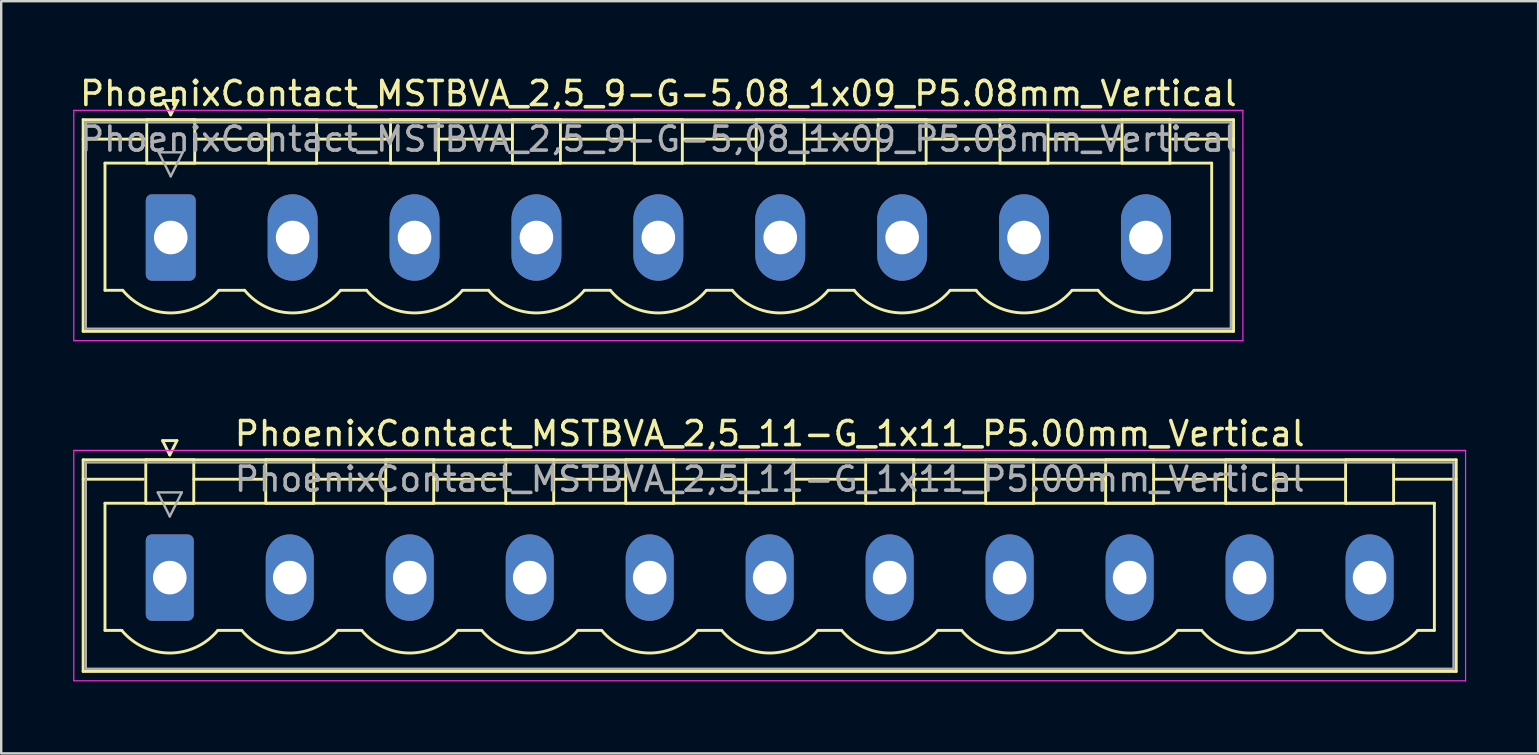
<source format=kicad_pcb>
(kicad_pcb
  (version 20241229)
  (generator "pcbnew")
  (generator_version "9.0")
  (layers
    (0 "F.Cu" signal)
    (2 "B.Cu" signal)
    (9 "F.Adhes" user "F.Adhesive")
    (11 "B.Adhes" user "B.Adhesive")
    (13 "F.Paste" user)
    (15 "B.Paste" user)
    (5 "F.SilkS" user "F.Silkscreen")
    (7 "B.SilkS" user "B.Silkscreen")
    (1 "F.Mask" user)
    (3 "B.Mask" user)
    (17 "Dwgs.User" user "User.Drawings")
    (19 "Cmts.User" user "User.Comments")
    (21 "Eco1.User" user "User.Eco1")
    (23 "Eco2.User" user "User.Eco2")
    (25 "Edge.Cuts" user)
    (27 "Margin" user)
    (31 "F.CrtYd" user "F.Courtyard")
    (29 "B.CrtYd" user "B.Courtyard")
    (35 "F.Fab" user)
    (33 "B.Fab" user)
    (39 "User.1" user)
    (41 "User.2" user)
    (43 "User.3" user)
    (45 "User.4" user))
  (footprint "PhoenixContact_MSTBVA_2,5_11-G_1x11_P5.00mm_Vertical"
    (layer "F.Cu")
    (at 4.025 21.021)
    (property "Reference" "PhoenixContact_MSTBVA_2,5_11-G_1x11_P5.00mm_Vertical" (at 25 -6 0) (layer "F.SilkS") (effects (font (size 1 1) (thickness 0.15))))
    (attr through_hole)
    (fp_line (start -3.61 -4.91) (end -3.61 3.91) (stroke (width 0.12) (type solid)) (layer "F.SilkS"))
    (fp_line (start -3.61 -4.1) (end -1.11 -4.1) (stroke (width 0.12) (type solid)) (layer "F.SilkS"))
    (fp_line (start -3.61 3.91) (end 53.61 3.91) (stroke (width 0.12) (type solid)) (layer "F.SilkS"))
    (fp_line (start -2.7 -3.1) (end 52.7 -3.1) (stroke (width 0.12) (type solid)) (layer "F.SilkS"))
    (fp_line (start -2.7 2.2) (end -2.7 -3.1) (stroke (width 0.12) (type solid)) (layer "F.SilkS"))
    (fp_line (start -2 2.2) (end -2.7 2.2) (stroke (width 0.12) (type solid)) (layer "F.SilkS"))
    (fp_line (start -1 -4.91) (end 1 -4.91) (stroke (width 0.12) (type solid)) (layer "F.SilkS"))
    (fp_line (start -1 -3.1) (end -1 -4.91) (stroke (width 0.12) (type solid)) (layer "F.SilkS"))
    (fp_line (start -0.3 -5.71) (end 0.3 -5.71) (stroke (width 0.12) (type solid)) (layer "F.SilkS"))
    (fp_line (start 0 -5.11) (end -0.3 -5.71) (stroke (width 0.12) (type solid)) (layer "F.SilkS"))
    (fp_line (start 0.3 -5.71) (end 0 -5.11) (stroke (width 0.12) (type solid)) (layer "F.SilkS"))
    (fp_line (start 1 -4.91) (end 1 -3.1) (stroke (width 0.12) (type solid)) (layer "F.SilkS"))
    (fp_line (start 1 -4.1) (end 4 -4.1) (stroke (width 0.12) (type solid)) (layer "F.SilkS"))
    (fp_line (start 1 -3.1) (end -1 -3.1) (stroke (width 0.12) (type solid)) (layer "F.SilkS"))
    (fp_line (start 2 2.2) (end 3 2.2) (stroke (width 0.12) (type solid)) (layer "F.SilkS"))
    (fp_line (start 4 -4.91) (end 6 -4.91) (stroke (width 0.12) (type solid)) (layer "F.SilkS"))
    (fp_line (start 4 -3.1) (end 4 -4.91) (stroke (width 0.12) (type solid)) (layer "F.SilkS"))
    (fp_line (start 6 -4.91) (end 6 -3.1) (stroke (width 0.12) (type solid)) (layer "F.SilkS"))
    (fp_line (start 6 -4.1) (end 9 -4.1) (stroke (width 0.12) (type solid)) (layer "F.SilkS"))
    (fp_line (start 6 -3.1) (end 4 -3.1) (stroke (width 0.12) (type solid)) (layer "F.SilkS"))
    (fp_line (start 7 2.2) (end 8 2.2) (stroke (width 0.12) (type solid)) (layer "F.SilkS"))
    (fp_line (start 9 -4.91) (end 11 -4.91) (stroke (width 0.12) (type solid)) (layer "F.SilkS"))
    (fp_line (start 9 -3.1) (end 9 -4.91) (stroke (width 0.12) (type solid)) (layer "F.SilkS"))
    (fp_line (start 11 -4.91) (end 11 -3.1) (stroke (width 0.12) (type solid)) (layer "F.SilkS"))
    (fp_line (start 11 -4.1) (end 14 -4.1) (stroke (width 0.12) (type solid)) (layer "F.SilkS"))
    (fp_line (start 11 -3.1) (end 9 -3.1) (stroke (width 0.12) (type solid)) (layer "F.SilkS"))
    (fp_line (start 12 2.2) (end 13 2.2) (stroke (width 0.12) (type solid)) (layer "F.SilkS"))
    (fp_line (start 14 -4.91) (end 16 -4.91) (stroke (width 0.12) (type solid)) (layer "F.SilkS"))
    (fp_line (start 14 -3.1) (end 14 -4.91) (stroke (width 0.12) (type solid)) (layer "F.SilkS"))
    (fp_line (start 16 -4.91) (end 16 -3.1) (stroke (width 0.12) (type solid)) (layer "F.SilkS"))
    (fp_line (start 16 -4.1) (end 19 -4.1) (stroke (width 0.12) (type solid)) (layer "F.SilkS"))
    (fp_line (start 16 -3.1) (end 14 -3.1) (stroke (width 0.12) (type solid)) (layer "F.SilkS"))
    (fp_line (start 17 2.2) (end 18 2.2) (stroke (width 0.12) (type solid)) (layer "F.SilkS"))
    (fp_line (start 19 -4.91) (end 21 -4.91) (stroke (width 0.12) (type solid)) (layer "F.SilkS"))
    (fp_line (start 19 -3.1) (end 19 -4.91) (stroke (width 0.12) (type solid)) (layer "F.SilkS"))
    (fp_line (start 21 -4.91) (end 21 -3.1) (stroke (width 0.12) (type solid)) (layer "F.SilkS"))
    (fp_line (start 21 -4.1) (end 24 -4.1) (stroke (width 0.12) (type solid)) (layer "F.SilkS"))
    (fp_line (start 21 -3.1) (end 19 -3.1) (stroke (width 0.12) (type solid)) (layer "F.SilkS"))
    (fp_line (start 22 2.2) (end 23 2.2) (stroke (width 0.12) (type solid)) (layer "F.SilkS"))
    (fp_line (start 24 -4.91) (end 26 -4.91) (stroke (width 0.12) (type solid)) (layer "F.SilkS"))
    (fp_line (start 24 -3.1) (end 24 -4.91) (stroke (width 0.12) (type solid)) (layer "F.SilkS"))
    (fp_line (start 26 -4.91) (end 26 -3.1) (stroke (width 0.12) (type solid)) (layer "F.SilkS"))
    (fp_line (start 26 -4.1) (end 29 -4.1) (stroke (width 0.12) (type solid)) (layer "F.SilkS"))
    (fp_line (start 26 -3.1) (end 24 -3.1) (stroke (width 0.12) (type solid)) (layer "F.SilkS"))
    (fp_line (start 27 2.2) (end 28 2.2) (stroke (width 0.12) (type solid)) (layer "F.SilkS"))
    (fp_line (start 29 -4.91) (end 31 -4.91) (stroke (width 0.12) (type solid)) (layer "F.SilkS"))
    (fp_line (start 29 -3.1) (end 29 -4.91) (stroke (width 0.12) (type solid)) (layer "F.SilkS"))
    (fp_line (start 31 -4.91) (end 31 -3.1) (stroke (width 0.12) (type solid)) (layer "F.SilkS"))
    (fp_line (start 31 -4.1) (end 34 -4.1) (stroke (width 0.12) (type solid)) (layer "F.SilkS"))
    (fp_line (start 31 -3.1) (end 29 -3.1) (stroke (width 0.12) (type solid)) (layer "F.SilkS"))
    (fp_line (start 32 2.2) (end 33 2.2) (stroke (width 0.12) (type solid)) (layer "F.SilkS"))
    (fp_line (start 34 -4.91) (end 36 -4.91) (stroke (width 0.12) (type solid)) (layer "F.SilkS"))
    (fp_line (start 34 -3.1) (end 34 -4.91) (stroke (width 0.12) (type solid)) (layer "F.SilkS"))
    (fp_line (start 36 -4.91) (end 36 -3.1) (stroke (width 0.12) (type solid)) (layer "F.SilkS"))
    (fp_line (start 36 -4.1) (end 39 -4.1) (stroke (width 0.12) (type solid)) (layer "F.SilkS"))
    (fp_line (start 36 -3.1) (end 34 -3.1) (stroke (width 0.12) (type solid)) (layer "F.SilkS"))
    (fp_line (start 37 2.2) (end 38 2.2) (stroke (width 0.12) (type solid)) (layer "F.SilkS"))
    (fp_line (start 39 -4.91) (end 41 -4.91) (stroke (width 0.12) (type solid)) (layer "F.SilkS"))
    (fp_line (start 39 -3.1) (end 39 -4.91) (stroke (width 0.12) (type solid)) (layer "F.SilkS"))
    (fp_line (start 41 -4.91) (end 41 -3.1) (stroke (width 0.12) (type solid)) (layer "F.SilkS"))
    (fp_line (start 41 -4.1) (end 44 -4.1) (stroke (width 0.12) (type solid)) (layer "F.SilkS"))
    (fp_line (start 41 -3.1) (end 39 -3.1) (stroke (width 0.12) (type solid)) (layer "F.SilkS"))
    (fp_line (start 42 2.2) (end 43 2.2) (stroke (width 0.12) (type solid)) (layer "F.SilkS"))
    (fp_line (start 44 -4.91) (end 46 -4.91) (stroke (width 0.12) (type solid)) (layer "F.SilkS"))
    (fp_line (start 44 -3.1) (end 44 -4.91) (stroke (width 0.12) (type solid)) (layer "F.SilkS"))
    (fp_line (start 46 -4.91) (end 46 -3.1) (stroke (width 0.12) (type solid)) (layer "F.SilkS"))
    (fp_line (start 46 -4.1) (end 49 -4.1) (stroke (width 0.12) (type solid)) (layer "F.SilkS"))
    (fp_line (start 46 -3.1) (end 44 -3.1) (stroke (width 0.12) (type solid)) (layer "F.SilkS"))
    (fp_line (start 47 2.2) (end 48 2.2) (stroke (width 0.12) (type solid)) (layer "F.SilkS"))
    (fp_line (start 49 -4.91) (end 51 -4.91) (stroke (width 0.12) (type solid)) (layer "F.SilkS"))
    (fp_line (start 49 -3.1) (end 49 -4.91) (stroke (width 0.12) (type solid)) (layer "F.SilkS"))
    (fp_line (start 51 -4.91) (end 51 -3.1) (stroke (width 0.12) (type solid)) (layer "F.SilkS"))
    (fp_line (start 51 -3.1) (end 49 -3.1) (stroke (width 0.12) (type solid)) (layer "F.SilkS"))
    (fp_line (start 52.7 -3.1) (end 52.7 2.2) (stroke (width 0.12) (type solid)) (layer "F.SilkS"))
    (fp_line (start 52.7 2.2) (end 52 2.2) (stroke (width 0.12) (type solid)) (layer "F.SilkS"))
    (fp_line (start 53.61 -4.91) (end -3.61 -4.91) (stroke (width 0.12) (type solid)) (layer "F.SilkS"))
    (fp_line (start 53.61 -4.1) (end 51.11 -4.1) (stroke (width 0.12) (type solid)) (layer "F.SilkS"))
    (fp_line (start 53.61 3.91) (end 53.61 -4.91) (stroke (width 0.12) (type solid)) (layer "F.SilkS"))
    (fp_arc (start 1.986842 2.215821) (mid -0.010289 3.142758) (end -2 2.2) (stroke (width 0.12) (type solid)) (layer "F.SilkS"))
    (fp_arc (start 6.986842 2.215821) (mid 4.989711 3.142758) (end 3 2.2) (stroke (width 0.12) (type solid)) (layer "F.SilkS"))
    (fp_arc (start 11.986842 2.215821) (mid 9.989711 3.142758) (end 8 2.2) (stroke (width 0.12) (type solid)) (layer "F.SilkS"))
    (fp_arc (start 16.986842 2.215821) (mid 14.989711 3.142758) (end 13 2.2) (stroke (width 0.12) (type solid)) (layer "F.SilkS"))
    (fp_arc (start 21.986842 2.215821) (mid 19.989711 3.142758) (end 18 2.2) (stroke (width 0.12) (type solid)) (layer "F.SilkS"))
    (fp_arc (start 26.986842 2.215821) (mid 24.989711 3.142758) (end 23 2.2) (stroke (width 0.12) (type solid)) (layer "F.SilkS"))
    (fp_arc (start 31.986842 2.215821) (mid 29.989711 3.142758) (end 28 2.2) (stroke (width 0.12) (type solid)) (layer "F.SilkS"))
    (fp_arc (start 36.986842 2.215821) (mid 34.989711 3.142758) (end 33 2.2) (stroke (width 0.12) (type solid)) (layer "F.SilkS"))
    (fp_arc (start 41.986842 2.215821) (mid 39.989711 3.142758) (end 38 2.2) (stroke (width 0.12) (type solid)) (layer "F.SilkS"))
    (fp_arc (start 46.986842 2.215821) (mid 44.989711 3.142758) (end 43 2.2) (stroke (width 0.12) (type solid)) (layer "F.SilkS"))
    (fp_arc (start 51.986842 2.215821) (mid 49.989711 3.142758) (end 48 2.2) (stroke (width 0.12) (type solid)) (layer "F.SilkS"))
    (fp_line (start -4 -5.3) (end -4 4.3) (stroke (width 0.05) (type solid)) (layer "F.CrtYd"))
    (fp_line (start -4 4.3) (end 54 4.3) (stroke (width 0.05) (type solid)) (layer "F.CrtYd"))
    (fp_line (start 54 -5.3) (end -4 -5.3) (stroke (width 0.05) (type solid)) (layer "F.CrtYd"))
    (fp_line (start 54 4.3) (end 54 -5.3) (stroke (width 0.05) (type solid)) (layer "F.CrtYd"))
    (fp_line (start -3.5 -4.8) (end -3.5 3.8) (stroke (width 0.1) (type solid)) (layer "F.Fab"))
    (fp_line (start -3.5 3.8) (end 53.5 3.8) (stroke (width 0.1) (type solid)) (layer "F.Fab"))
    (fp_line (start -0.5 -3.55) (end 0.5 -3.55) (stroke (width 0.1) (type solid)) (layer "F.Fab"))
    (fp_line (start 0 -2.55) (end -0.5 -3.55) (stroke (width 0.1) (type solid)) (layer "F.Fab"))
    (fp_line (start 0.5 -3.55) (end 0 -2.55) (stroke (width 0.1) (type solid)) (layer "F.Fab"))
    (fp_line (start 53.5 -4.8) (end -3.5 -4.8) (stroke (width 0.1) (type solid)) (layer "F.Fab"))
    (fp_line (start 53.5 3.8) (end 53.5 -4.8) (stroke (width 0.1) (type solid)) (layer "F.Fab"))
    (fp_text user "${REFERENCE}" (at 25 -4.1 0) (layer "F.Fab") (effects (font (size 1 1) (thickness 0.15))))
    (pad "1" thru_hole roundrect (at 0 0) (size 2 3.6) (drill 1.4) (layers "*.Cu" "*.Mask") (roundrect_rratio 0.125))
    (pad "2" thru_hole oval (at 5 0) (size 2 3.6) (drill 1.4) (layers "*.Cu" "*.Mask"))
    (pad "3" thru_hole oval (at 10 0) (size 2 3.6) (drill 1.4) (layers "*.Cu" "*.Mask"))
    (pad "4" thru_hole oval (at 15 0) (size 2 3.6) (drill 1.4) (layers "*.Cu" "*.Mask"))
    (pad "5" thru_hole oval (at 20 0) (size 2 3.6) (drill 1.4) (layers "*.Cu" "*.Mask"))
    (pad "6" thru_hole oval (at 25 0) (size 2 3.6) (drill 1.4) (layers "*.Cu" "*.Mask"))
    (pad "7" thru_hole oval (at 30 0) (size 2 3.6) (drill 1.4) (layers "*.Cu" "*.Mask"))
    (pad "8" thru_hole oval (at 35 0) (size 2 3.6) (drill 1.4) (layers "*.Cu" "*.Mask"))
    (pad "9" thru_hole oval (at 40 0) (size 2 3.6) (drill 1.4) (layers "*.Cu" "*.Mask"))
    (pad "10" thru_hole oval (at 45 0) (size 2 3.6) (drill 1.4) (layers "*.Cu" "*.Mask"))
    (pad "11" thru_hole oval (at 50 0) (size 2 3.6) (drill 1.4) (layers "*.Cu" "*.Mask")))
  (footprint "PhoenixContact_MSTBVA_2,5_9-G-5,08_1x09_P5.08mm_Vertical"
    (layer "F.Cu")
    (at 4.065 6.848)
    (property "Reference" "PhoenixContact_MSTBVA_2,5_9-G-5,08_1x09_P5.08mm_Vertical" (at 20.32 -6 0) (layer "F.SilkS") (effects (font (size 1 1) (thickness 0.15))))
    (attr through_hole)
    (fp_line (start -3.65 -4.91) (end -3.65 3.91) (stroke (width 0.12) (type solid)) (layer "F.SilkS"))
    (fp_line (start -3.65 -4.1) (end -1.11 -4.1) (stroke (width 0.12) (type solid)) (layer "F.SilkS"))
    (fp_line (start -3.65 3.91) (end 44.29 3.91) (stroke (width 0.12) (type solid)) (layer "F.SilkS"))
    (fp_line (start -2.74 -3.1) (end 43.38 -3.1) (stroke (width 0.12) (type solid)) (layer "F.SilkS"))
    (fp_line (start -2.74 2.2) (end -2.74 -3.1) (stroke (width 0.12) (type solid)) (layer "F.SilkS"))
    (fp_line (start -2 2.2) (end -2.74 2.2) (stroke (width 0.12) (type solid)) (layer "F.SilkS"))
    (fp_line (start -1 -4.91) (end 1 -4.91) (stroke (width 0.12) (type solid)) (layer "F.SilkS"))
    (fp_line (start -1 -3.1) (end -1 -4.91) (stroke (width 0.12) (type solid)) (layer "F.SilkS"))
    (fp_line (start -0.3 -5.71) (end 0.3 -5.71) (stroke (width 0.12) (type solid)) (layer "F.SilkS"))
    (fp_line (start 0 -5.11) (end -0.3 -5.71) (stroke (width 0.12) (type solid)) (layer "F.SilkS"))
    (fp_line (start 0.3 -5.71) (end 0 -5.11) (stroke (width 0.12) (type solid)) (layer "F.SilkS"))
    (fp_line (start 1 -4.91) (end 1 -3.1) (stroke (width 0.12) (type solid)) (layer "F.SilkS"))
    (fp_line (start 1 -4.1) (end 4.08 -4.1) (stroke (width 0.12) (type solid)) (layer "F.SilkS"))
    (fp_line (start 1 -3.1) (end -1 -3.1) (stroke (width 0.12) (type solid)) (layer "F.SilkS"))
    (fp_line (start 2 2.2) (end 3.08 2.2) (stroke (width 0.12) (type solid)) (layer "F.SilkS"))
    (fp_line (start 4.08 -4.91) (end 6.08 -4.91) (stroke (width 0.12) (type solid)) (layer "F.SilkS"))
    (fp_line (start 4.08 -3.1) (end 4.08 -4.91) (stroke (width 0.12) (type solid)) (layer "F.SilkS"))
    (fp_line (start 6.08 -4.91) (end 6.08 -3.1) (stroke (width 0.12) (type solid)) (layer "F.SilkS"))
    (fp_line (start 6.08 -4.1) (end 9.16 -4.1) (stroke (width 0.12) (type solid)) (layer "F.SilkS"))
    (fp_line (start 6.08 -3.1) (end 4.08 -3.1) (stroke (width 0.12) (type solid)) (layer "F.SilkS"))
    (fp_line (start 7.08 2.2) (end 8.16 2.2) (stroke (width 0.12) (type solid)) (layer "F.SilkS"))
    (fp_line (start 9.16 -4.91) (end 11.16 -4.91) (stroke (width 0.12) (type solid)) (layer "F.SilkS"))
    (fp_line (start 9.16 -3.1) (end 9.16 -4.91) (stroke (width 0.12) (type solid)) (layer "F.SilkS"))
    (fp_line (start 11.16 -4.91) (end 11.16 -3.1) (stroke (width 0.12) (type solid)) (layer "F.SilkS"))
    (fp_line (start 11.16 -4.1) (end 14.24 -4.1) (stroke (width 0.12) (type solid)) (layer "F.SilkS"))
    (fp_line (start 11.16 -3.1) (end 9.16 -3.1) (stroke (width 0.12) (type solid)) (layer "F.SilkS"))
    (fp_line (start 12.16 2.2) (end 13.24 2.2) (stroke (width 0.12) (type solid)) (layer "F.SilkS"))
    (fp_line (start 14.24 -4.91) (end 16.24 -4.91) (stroke (width 0.12) (type solid)) (layer "F.SilkS"))
    (fp_line (start 14.24 -3.1) (end 14.24 -4.91) (stroke (width 0.12) (type solid)) (layer "F.SilkS"))
    (fp_line (start 16.24 -4.91) (end 16.24 -3.1) (stroke (width 0.12) (type solid)) (layer "F.SilkS"))
    (fp_line (start 16.24 -4.1) (end 19.32 -4.1) (stroke (width 0.12) (type solid)) (layer "F.SilkS"))
    (fp_line (start 16.24 -3.1) (end 14.24 -3.1) (stroke (width 0.12) (type solid)) (layer "F.SilkS"))
    (fp_line (start 17.24 2.2) (end 18.32 2.2) (stroke (width 0.12) (type solid)) (layer "F.SilkS"))
    (fp_line (start 19.32 -4.91) (end 21.32 -4.91) (stroke (width 0.12) (type solid)) (layer "F.SilkS"))
    (fp_line (start 19.32 -3.1) (end 19.32 -4.91) (stroke (width 0.12) (type solid)) (layer "F.SilkS"))
    (fp_line (start 21.32 -4.91) (end 21.32 -3.1) (stroke (width 0.12) (type solid)) (layer "F.SilkS"))
    (fp_line (start 21.32 -4.1) (end 24.4 -4.1) (stroke (width 0.12) (type solid)) (layer "F.SilkS"))
    (fp_line (start 21.32 -3.1) (end 19.32 -3.1) (stroke (width 0.12) (type solid)) (layer "F.SilkS"))
    (fp_line (start 22.32 2.2) (end 23.4 2.2) (stroke (width 0.12) (type solid)) (layer "F.SilkS"))
    (fp_line (start 24.4 -4.91) (end 26.4 -4.91) (stroke (width 0.12) (type solid)) (layer "F.SilkS"))
    (fp_line (start 24.4 -3.1) (end 24.4 -4.91) (stroke (width 0.12) (type solid)) (layer "F.SilkS"))
    (fp_line (start 26.4 -4.91) (end 26.4 -3.1) (stroke (width 0.12) (type solid)) (layer "F.SilkS"))
    (fp_line (start 26.4 -4.1) (end 29.48 -4.1) (stroke (width 0.12) (type solid)) (layer "F.SilkS"))
    (fp_line (start 26.4 -3.1) (end 24.4 -3.1) (stroke (width 0.12) (type solid)) (layer "F.SilkS"))
    (fp_line (start 27.4 2.2) (end 28.48 2.2) (stroke (width 0.12) (type solid)) (layer "F.SilkS"))
    (fp_line (start 29.48 -4.91) (end 31.48 -4.91) (stroke (width 0.12) (type solid)) (layer "F.SilkS"))
    (fp_line (start 29.48 -3.1) (end 29.48 -4.91) (stroke (width 0.12) (type solid)) (layer "F.SilkS"))
    (fp_line (start 31.48 -4.91) (end 31.48 -3.1) (stroke (width 0.12) (type solid)) (layer "F.SilkS"))
    (fp_line (start 31.48 -4.1) (end 34.56 -4.1) (stroke (width 0.12) (type solid)) (layer "F.SilkS"))
    (fp_line (start 31.48 -3.1) (end 29.48 -3.1) (stroke (width 0.12) (type solid)) (layer "F.SilkS"))
    (fp_line (start 32.48 2.2) (end 33.56 2.2) (stroke (width 0.12) (type solid)) (layer "F.SilkS"))
    (fp_line (start 34.56 -4.91) (end 36.56 -4.91) (stroke (width 0.12) (type solid)) (layer "F.SilkS"))
    (fp_line (start 34.56 -3.1) (end 34.56 -4.91) (stroke (width 0.12) (type solid)) (layer "F.SilkS"))
    (fp_line (start 36.56 -4.91) (end 36.56 -3.1) (stroke (width 0.12) (type solid)) (layer "F.SilkS"))
    (fp_line (start 36.56 -4.1) (end 39.64 -4.1) (stroke (width 0.12) (type solid)) (layer "F.SilkS"))
    (fp_line (start 36.56 -3.1) (end 34.56 -3.1) (stroke (width 0.12) (type solid)) (layer "F.SilkS"))
    (fp_line (start 37.56 2.2) (end 38.64 2.2) (stroke (width 0.12) (type solid)) (layer "F.SilkS"))
    (fp_line (start 39.64 -4.91) (end 41.64 -4.91) (stroke (width 0.12) (type solid)) (layer "F.SilkS"))
    (fp_line (start 39.64 -3.1) (end 39.64 -4.91) (stroke (width 0.12) (type solid)) (layer "F.SilkS"))
    (fp_line (start 41.64 -4.91) (end 41.64 -3.1) (stroke (width 0.12) (type solid)) (layer "F.SilkS"))
    (fp_line (start 41.64 -3.1) (end 39.64 -3.1) (stroke (width 0.12) (type solid)) (layer "F.SilkS"))
    (fp_line (start 43.38 -3.1) (end 43.38 2.2) (stroke (width 0.12) (type solid)) (layer "F.SilkS"))
    (fp_line (start 43.38 2.2) (end 42.64 2.2) (stroke (width 0.12) (type solid)) (layer "F.SilkS"))
    (fp_line (start 44.29 -4.91) (end -3.65 -4.91) (stroke (width 0.12) (type solid)) (layer "F.SilkS"))
    (fp_line (start 44.29 -4.1) (end 41.75 -4.1) (stroke (width 0.12) (type solid)) (layer "F.SilkS"))
    (fp_line (start 44.29 3.91) (end 44.29 -4.91) (stroke (width 0.12) (type solid)) (layer "F.SilkS"))
    (fp_arc (start 1.986842 2.215821) (mid -0.010289 3.142758) (end -2 2.2) (stroke (width 0.12) (type solid)) (layer "F.SilkS"))
    (fp_arc (start 7.066842 2.215821) (mid 5.069711 3.142758) (end 3.08 2.2) (stroke (width 0.12) (type solid)) (layer "F.SilkS"))
    (fp_arc (start 12.146842 2.215821) (mid 10.149711 3.142758) (end 8.16 2.2) (stroke (width 0.12) (type solid)) (layer "F.SilkS"))
    (fp_arc (start 17.226842 2.215821) (mid 15.229711 3.142758) (end 13.24 2.2) (stroke (width 0.12) (type solid)) (layer "F.SilkS"))
    (fp_arc (start 22.306842 2.215821) (mid 20.309711 3.142758) (end 18.32 2.2) (stroke (width 0.12) (type solid)) (layer "F.SilkS"))
    (fp_arc (start 27.386842 2.215821) (mid 25.389711 3.142758) (end 23.4 2.2) (stroke (width 0.12) (type solid)) (layer "F.SilkS"))
    (fp_arc (start 32.466842 2.215821) (mid 30.469711 3.142758) (end 28.48 2.2) (stroke (width 0.12) (type solid)) (layer "F.SilkS"))
    (fp_arc (start 37.546842 2.215821) (mid 35.549711 3.142758) (end 33.56 2.2) (stroke (width 0.12) (type solid)) (layer "F.SilkS"))
    (fp_arc (start 42.626842 2.215821) (mid 40.629711 3.142758) (end 38.64 2.2) (stroke (width 0.12) (type solid)) (layer "F.SilkS"))
    (fp_line (start -4.04 -5.3) (end -4.04 4.3) (stroke (width 0.05) (type solid)) (layer "F.CrtYd"))
    (fp_line (start -4.04 4.3) (end 44.68 4.3) (stroke (width 0.05) (type solid)) (layer "F.CrtYd"))
    (fp_line (start 44.68 -5.3) (end -4.04 -5.3) (stroke (width 0.05) (type solid)) (layer "F.CrtYd"))
    (fp_line (start 44.68 4.3) (end 44.68 -5.3) (stroke (width 0.05) (type solid)) (layer "F.CrtYd"))
    (fp_line (start -3.54 -4.8) (end -3.54 3.8) (stroke (width 0.1) (type solid)) (layer "F.Fab"))
    (fp_line (start -3.54 3.8) (end 44.18 3.8) (stroke (width 0.1) (type solid)) (layer "F.Fab"))
    (fp_line (start -0.5 -3.55) (end 0.5 -3.55) (stroke (width 0.1) (type solid)) (layer "F.Fab"))
    (fp_line (start 0 -2.55) (end -0.5 -3.55) (stroke (width 0.1) (type solid)) (layer "F.Fab"))
    (fp_line (start 0.5 -3.55) (end 0 -2.55) (stroke (width 0.1) (type solid)) (layer "F.Fab"))
    (fp_line (start 44.18 -4.8) (end -3.54 -4.8) (stroke (width 0.1) (type solid)) (layer "F.Fab"))
    (fp_line (start 44.18 3.8) (end 44.18 -4.8) (stroke (width 0.1) (type solid)) (layer "F.Fab"))
    (fp_text user "${REFERENCE}" (at 20.32 -4.1 0) (layer "F.Fab") (effects (font (size 1 1) (thickness 0.15))))
    (pad "1" thru_hole roundrect (at 0 0) (size 2.08 3.6) (drill 1.4) (layers "*.Cu" "*.Mask") (roundrect_rratio 0.12))
    (pad "2" thru_hole oval (at 5.08 0) (size 2.08 3.6) (drill 1.4) (layers "*.Cu" "*.Mask"))
    (pad "3" thru_hole oval (at 10.16 0) (size 2.08 3.6) (drill 1.4) (layers "*.Cu" "*.Mask"))
    (pad "4" thru_hole oval (at 15.24 0) (size 2.08 3.6) (drill 1.4) (layers "*.Cu" "*.Mask"))
    (pad "5" thru_hole oval (at 20.32 0) (size 2.08 3.6) (drill 1.4) (layers "*.Cu" "*.Mask"))
    (pad "6" thru_hole oval (at 25.4 0) (size 2.08 3.6) (drill 1.4) (layers "*.Cu" "*.Mask"))
    (pad "7" thru_hole oval (at 30.48 0) (size 2.08 3.6) (drill 1.4) (layers "*.Cu" "*.Mask"))
    (pad "8" thru_hole oval (at 35.56 0) (size 2.08 3.6) (drill 1.4) (layers "*.Cu" "*.Mask"))
    (pad "9" thru_hole oval (at 40.64 0) (size 2.08 3.6) (drill 1.4) (layers "*.Cu" "*.Mask")))
  (gr_rect
    (start -3 -3)
    (end 61.05 28.346)
    (stroke (width 0.1) (type default))
    (fill no)
    (layer "Edge.Cuts")))
</source>
